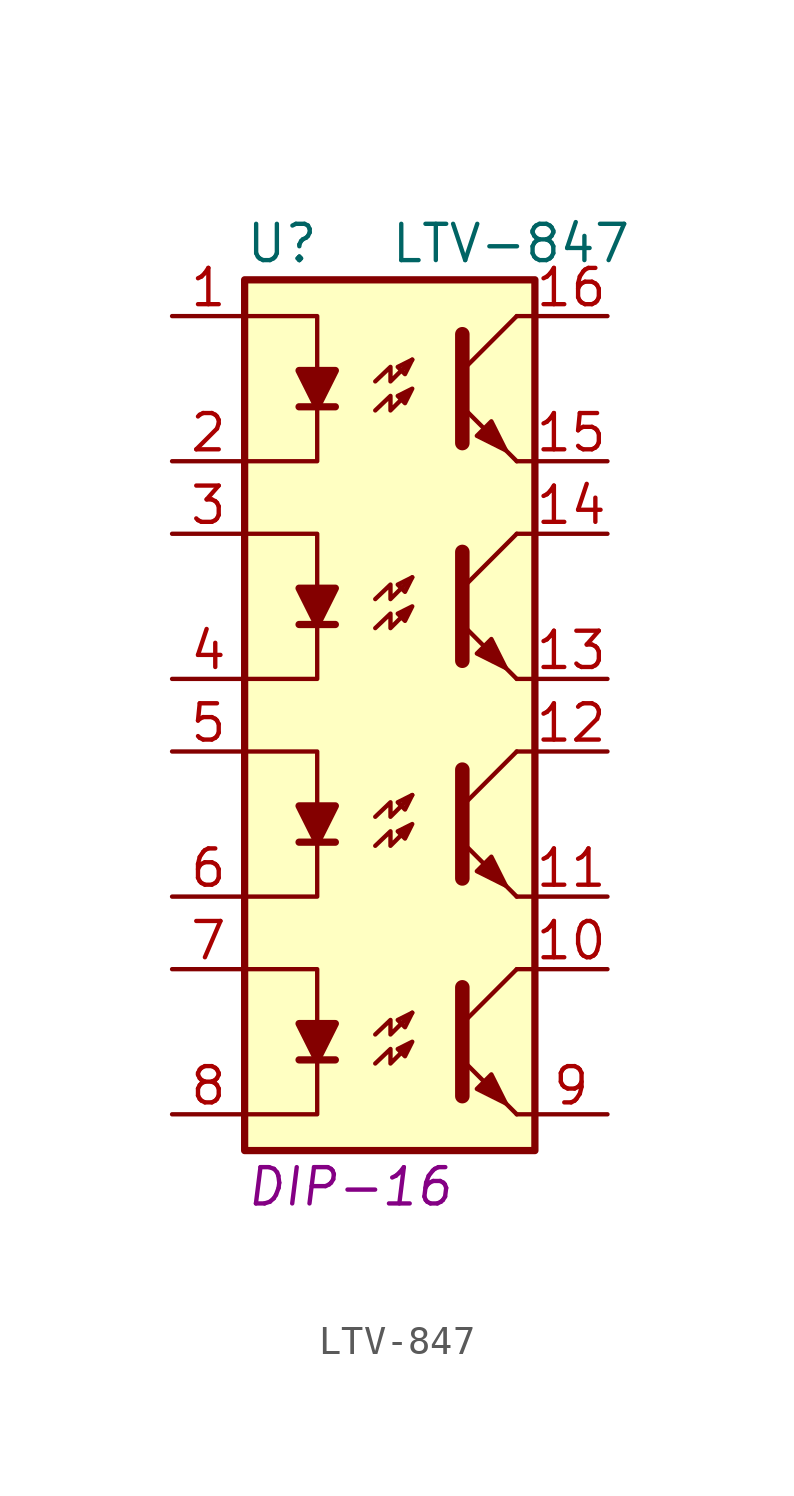
<source format=kicad_sym>
(kicad_symbol_lib
  (version 20210619)
  (generator kicad_symbol_editor)
  (symbol "tinkerforge:LTV-847"
    (pin_names
      (offset 1.016))
    (property "Reference" "U"
      (at -5.08 17.78 0)
      (effects (font (size 1.27 1.27)) (justify left)))
    (property "Value" "LTV-847"
      (at 0 17.78 0)
      (effects (font (size 1.27 1.27)) (justify left)))
    (property "Footprint" "DIP-16"
      (at -5.08 -15.24 0)
      (effects (font (size 1.27 1.27) italic) (justify left)))
    (property "Datasheet" ""
      (at 0 -2.54 0)
      (effects (font (size 1.27 1.27)) (justify left)))
    (symbol "LTV-847_0_1"
      (rectangle (start -5.08 16.51) (end 5.08 -13.97) (stroke (width 0.254)) (fill (type background)))
      (polyline (pts (xy -3.175 -10.795) (xy -1.905 -10.795)) (stroke (width 0.254)) (fill (type none)))
      (polyline (pts (xy -3.175 -3.175) (xy -1.905 -3.175)) (stroke (width 0.254)) (fill (type none)))
      (polyline (pts (xy -3.175 4.445) (xy -1.905 4.445)) (stroke (width 0.254)) (fill (type none)))
      (polyline (pts (xy -3.175 12.065) (xy -1.905 12.065)) (stroke (width 0.254)) (fill (type none)))
      (polyline (pts (xy 2.54 -9.525) (xy 4.445 -7.62)) (stroke (width 0)) (fill (type none)))
      (polyline (pts (xy 2.54 -1.905) (xy 4.445 0)) (stroke (width 0)) (fill (type none)))
      (polyline (pts (xy 2.54 5.715) (xy 4.445 7.62)) (stroke (width 0)) (fill (type none)))
      (polyline (pts (xy 2.54 13.335) (xy 4.445 15.24)) (stroke (width 0)) (fill (type none)))
      (polyline (pts (xy 4.445 -12.7) (xy 5.08 -12.7)) (stroke (width 0)) (fill (type none)))
      (polyline (pts (xy 4.445 -7.62) (xy 5.08 -7.62)) (stroke (width 0)) (fill (type none)))
      (polyline (pts (xy 4.445 -5.08) (xy 5.08 -5.08)) (stroke (width 0)) (fill (type none)))
      (polyline (pts (xy 4.445 0) (xy 5.08 0)) (stroke (width 0)) (fill (type none)))
      (polyline (pts (xy 4.445 2.54) (xy 5.08 2.54)) (stroke (width 0)) (fill (type none)))
      (polyline (pts (xy 4.445 7.62) (xy 5.08 7.62)) (stroke (width 0)) (fill (type none)))
      (polyline (pts (xy 4.445 10.16) (xy 5.08 10.16)) (stroke (width 0)) (fill (type none)))
      (polyline (pts (xy 4.445 15.24) (xy 5.08 15.24)) (stroke (width 0)) (fill (type none)))
      (polyline (pts (xy -5.08 -7.62) (xy -2.54 -7.62) (xy -2.54 -9.525)) (stroke (width 0)) (fill (type none)))
      (polyline (pts (xy -5.08 0) (xy -2.54 0) (xy -2.54 -1.905)) (stroke (width 0)) (fill (type none)))
      (polyline (pts (xy -5.08 7.62) (xy -2.54 7.62) (xy -2.54 5.715)) (stroke (width 0)) (fill (type none)))
      (polyline (pts (xy -5.08 15.24) (xy -2.54 15.24) (xy -2.54 13.335)) (stroke (width 0)) (fill (type none)))
      (polyline (pts (xy -2.54 -10.795) (xy -2.54 -12.7) (xy -5.08 -12.7)) (stroke (width 0)) (fill (type none)))
      (polyline (pts (xy -2.54 -3.175) (xy -2.54 -5.08) (xy -5.08 -5.08)) (stroke (width 0)) (fill (type none)))
      (polyline (pts (xy -2.54 4.445) (xy -2.54 2.54) (xy -5.08 2.54)) (stroke (width 0)) (fill (type none)))
      (polyline (pts (xy -2.54 12.065) (xy -2.54 10.16) (xy -5.08 10.16)) (stroke (width 0)) (fill (type none)))
      (polyline (pts (xy 2.54 -8.255) (xy 2.54 -12.065) (xy 2.54 -12.065)) (stroke (width 0.508)) (fill (type none)))
      (polyline (pts (xy 2.54 -0.635) (xy 2.54 -4.445) (xy 2.54 -4.445)) (stroke (width 0.508)) (fill (type none)))
      (polyline (pts (xy 2.54 6.985) (xy 2.54 3.175) (xy 2.54 3.175)) (stroke (width 0.508)) (fill (type none)))
      (polyline (pts (xy 2.54 14.605) (xy 2.54 10.795) (xy 2.54 10.795)) (stroke (width 0.508)) (fill (type none)))
      (polyline (pts (xy -0.508 -9.906) (xy 0.025 -9.398) (xy 0.025 -9.906) (xy 0.787 -9.144)) (stroke (width 0)) (fill (type none)))
      (polyline (pts (xy -0.508 -2.286) (xy 0.025 -1.778) (xy 0.025 -2.286) (xy 0.787 -1.524)) (stroke (width 0)) (fill (type none)))
      (polyline (pts (xy -0.508 5.334) (xy 0.025 5.842) (xy 0.025 5.334) (xy 0.787 6.096)) (stroke (width 0)) (fill (type none)))
      (polyline (pts (xy -0.508 12.954) (xy 0.025 13.462) (xy 0.025 12.954) (xy 0.787 13.716)) (stroke (width 0)) (fill (type none)))
      (polyline (pts (xy 0.787 -9.144) (xy 0.279 -9.398) (xy 0.533 -9.652) (xy 0.787 -9.144)) (stroke (width 0)) (fill (type none)))
      (polyline (pts (xy 0.787 -1.524) (xy 0.279 -1.778) (xy 0.533 -2.032) (xy 0.787 -1.524)) (stroke (width 0)) (fill (type none)))
      (polyline (pts (xy 0.787 6.096) (xy 0.279 5.842) (xy 0.533 5.588) (xy 0.787 6.096)) (stroke (width 0)) (fill (type none)))
      (polyline (pts (xy 0.787 13.716) (xy 0.279 13.462) (xy 0.533 13.208) (xy 0.787 13.716)) (stroke (width 0)) (fill (type none)))
      (polyline (pts (xy -0.508 -10.922) (xy 0.025 -10.414) (xy 0.025 -10.922) (xy 0.787 -10.16) (xy 0.279 -10.414) (xy 0.533 -10.668) (xy 0.787 -10.16)) (stroke (width 0)) (fill (type none)))
      (polyline (pts (xy -0.508 -3.302) (xy 0.025 -2.794) (xy 0.025 -3.302) (xy 0.787 -2.54) (xy 0.279 -2.794) (xy 0.533 -3.048) (xy 0.787 -2.54)) (stroke (width 0)) (fill (type none)))
      (polyline (pts (xy -0.508 4.318) (xy 0.025 4.826) (xy 0.025 4.318) (xy 0.787 5.08) (xy 0.279 4.826) (xy 0.533 4.572) (xy 0.787 5.08)) (stroke (width 0)) (fill (type none)))
      (polyline (pts (xy -0.508 11.938) (xy 0.025 12.446) (xy 0.025 11.938) (xy 0.787 12.7) (xy 0.279 12.446) (xy 0.533 12.192) (xy 0.787 12.7)) (stroke (width 0)) (fill (type none)))
      (polyline (pts (xy 4.445 -12.7) (xy 2.54 -10.795)) (stroke (width 0)) (fill (type outline)))
      (polyline (pts (xy 4.445 -5.08) (xy 2.54 -3.175)) (stroke (width 0)) (fill (type outline)))
      (polyline (pts (xy 4.445 2.54) (xy 2.54 4.445)) (stroke (width 0)) (fill (type outline)))
      (polyline (pts (xy 4.445 10.16) (xy 2.54 12.065)) (stroke (width 0)) (fill (type outline)))
      (polyline (pts (xy -2.54 -10.795) (xy -3.175 -9.525) (xy -1.905 -9.525) (xy -2.54 -10.795)) (stroke (width 0.254)) (fill (type outline)))
      (polyline (pts (xy -2.54 -3.175) (xy -3.175 -1.905) (xy -1.905 -1.905) (xy -2.54 -3.175)) (stroke (width 0.254)) (fill (type outline)))
      (polyline (pts (xy -2.54 4.445) (xy -3.175 5.715) (xy -1.905 5.715) (xy -2.54 4.445)) (stroke (width 0.254)) (fill (type outline)))
      (polyline (pts (xy -2.54 12.065) (xy -3.175 13.335) (xy -1.905 13.335) (xy -2.54 12.065)) (stroke (width 0.254)) (fill (type outline)))
      (polyline (pts (xy 3.048 -11.811) (xy 3.556 -11.303) (xy 4.064 -12.319) (xy 3.048 -11.811) (xy 3.048 -11.811)) (stroke (width 0)) (fill (type outline)))
      (polyline (pts (xy 3.048 -4.191) (xy 3.556 -3.683) (xy 4.064 -4.699) (xy 3.048 -4.191) (xy 3.048 -4.191)) (stroke (width 0)) (fill (type outline)))
      (polyline (pts (xy 3.048 3.429) (xy 3.556 3.937) (xy 4.064 2.921) (xy 3.048 3.429) (xy 3.048 3.429)) (stroke (width 0)) (fill (type outline)))
      (polyline (pts (xy 3.048 11.049) (xy 3.556 11.557) (xy 4.064 10.541) (xy 3.048 11.049) (xy 3.048 11.049)) (stroke (width 0)) (fill (type outline))))
    (symbol "LTV-847_1_1"
      (pin passive line (at -7.62 15.24 0) (length 2.54) (name "~" (effects (font (size 1.27 1.27)))) (number "1" (effects (font (size 1.27 1.27)))))
      (pin passive line (at 7.62 -7.62 180) (length 2.54) (name "~" (effects (font (size 1.27 1.27)))) (number "10" (effects (font (size 1.27 1.27)))))
      (pin passive line (at 7.62 -5.08 180) (length 2.54) (name "~" (effects (font (size 1.27 1.27)))) (number "11" (effects (font (size 1.27 1.27)))))
      (pin passive line (at 7.62 0 180) (length 2.54) (name "~" (effects (font (size 1.27 1.27)))) (number "12" (effects (font (size 1.27 1.27)))))
      (pin passive line (at 7.62 2.54 180) (length 2.54) (name "~" (effects (font (size 1.27 1.27)))) (number "13" (effects (font (size 1.27 1.27)))))
      (pin passive line (at 7.62 7.62 180) (length 2.54) (name "~" (effects (font (size 1.27 1.27)))) (number "14" (effects (font (size 1.27 1.27)))))
      (pin passive line (at 7.62 10.16 180) (length 2.54) (name "~" (effects (font (size 1.27 1.27)))) (number "15" (effects (font (size 1.27 1.27)))))
      (pin passive line (at 7.62 15.24 180) (length 2.54) (name "~" (effects (font (size 1.27 1.27)))) (number "16" (effects (font (size 1.27 1.27)))))
      (pin passive line (at -7.62 10.16 0) (length 2.54) (name "~" (effects (font (size 1.27 1.27)))) (number "2" (effects (font (size 1.27 1.27)))))
      (pin passive line (at -7.62 7.62 0) (length 2.54) (name "~" (effects (font (size 1.27 1.27)))) (number "3" (effects (font (size 1.27 1.27)))))
      (pin passive line (at -7.62 2.54 0) (length 2.54) (name "~" (effects (font (size 1.27 1.27)))) (number "4" (effects (font (size 1.27 1.27)))))
      (pin passive line (at -7.62 0 0) (length 2.54) (name "~" (effects (font (size 1.27 1.27)))) (number "5" (effects (font (size 1.27 1.27)))))
      (pin passive line (at -7.62 -5.08 0) (length 2.54) (name "~" (effects (font (size 1.27 1.27)))) (number "6" (effects (font (size 1.27 1.27)))))
      (pin passive line (at -7.62 -7.62 0) (length 2.54) (name "~" (effects (font (size 1.27 1.27)))) (number "7" (effects (font (size 1.27 1.27)))))
      (pin passive line (at -7.62 -12.7 0) (length 2.54) (name "~" (effects (font (size 1.27 1.27)))) (number "8" (effects (font (size 1.27 1.27)))))
      (pin passive line (at 7.62 -12.7 180) (length 2.54) (name "~" (effects (font (size 1.27 1.27)))) (number "9" (effects (font (size 1.27 1.27))))))))
</source>
